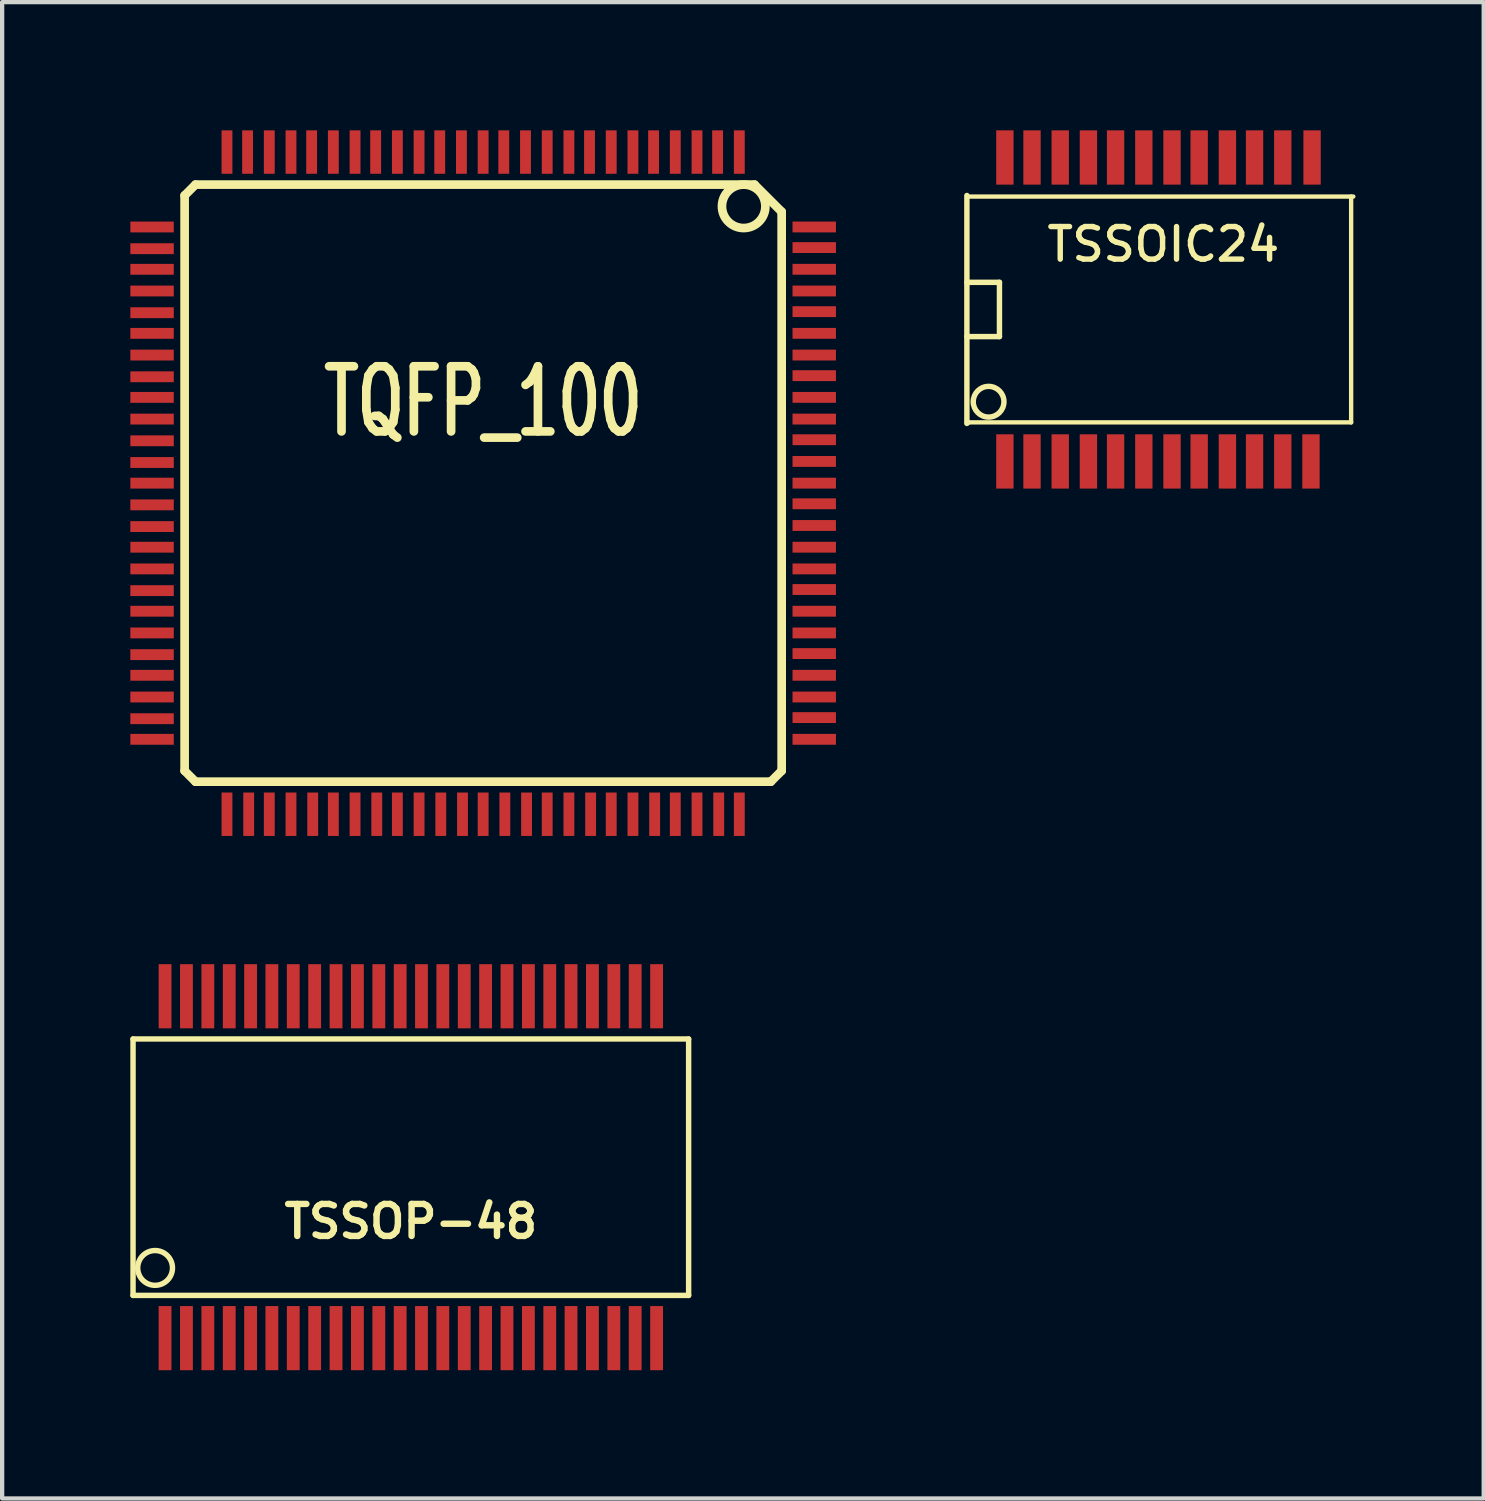
<source format=kicad_pcb>
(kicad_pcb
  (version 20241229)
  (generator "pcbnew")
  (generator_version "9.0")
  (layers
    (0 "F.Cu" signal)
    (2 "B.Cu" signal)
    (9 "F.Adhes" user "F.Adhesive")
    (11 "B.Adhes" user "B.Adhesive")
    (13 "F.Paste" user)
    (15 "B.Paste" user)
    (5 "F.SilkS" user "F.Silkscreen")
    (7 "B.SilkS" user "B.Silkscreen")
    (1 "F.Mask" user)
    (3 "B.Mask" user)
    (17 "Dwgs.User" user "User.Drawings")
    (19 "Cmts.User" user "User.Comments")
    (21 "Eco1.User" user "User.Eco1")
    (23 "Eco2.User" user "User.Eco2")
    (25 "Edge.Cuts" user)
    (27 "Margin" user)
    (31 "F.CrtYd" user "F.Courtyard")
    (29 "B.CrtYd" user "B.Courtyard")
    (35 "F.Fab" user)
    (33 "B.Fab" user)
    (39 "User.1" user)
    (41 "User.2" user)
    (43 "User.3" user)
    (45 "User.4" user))
  (footprint "TQFP_100"
    (layer "F.Cu")
    (at 8.255 8.255)
    (property "Reference" "TQFP_100" (at 0 -1.905 0) (layer "F.SilkS") (effects (font (size 1.524 1.016) (thickness 0.203))))
    (attr smd)
    (fp_line (start -6.985 -6.731) (end -6.985 6.731) (stroke (width 0.203) (type solid)) (layer "F.SilkS"))
    (fp_line (start -6.985 -6.731) (end -6.731 -6.985) (stroke (width 0.203) (type solid)) (layer "F.SilkS"))
    (fp_line (start -6.985 6.731) (end -6.731 6.985) (stroke (width 0.203) (type solid)) (layer "F.SilkS"))
    (fp_line (start -6.731 6.985) (end 6.731 6.985) (stroke (width 0.203) (type solid)) (layer "F.SilkS"))
    (fp_line (start 6.35 -6.985) (end -6.731 -6.985) (stroke (width 0.203) (type solid)) (layer "F.SilkS"))
    (fp_line (start 6.731 6.985) (end 6.985 6.731) (stroke (width 0.203) (type solid)) (layer "F.SilkS"))
    (fp_line (start 6.985 -6.35) (end 6.35 -6.985) (stroke (width 0.203) (type solid)) (layer "F.SilkS"))
    (fp_line (start 6.985 6.731) (end 6.985 -6.35) (stroke (width 0.203) (type solid)) (layer "F.SilkS"))
    (fp_circle (center 6.096 -6.477) (end 6.096 -6.985) (stroke (width 0.203) (type solid)) (fill no) (layer "F.SilkS"))
    (pad "1" smd rect (at 5.994 -7.747) (size 0.254 1.016) (layers "F.Cu" "F.Mask" "F.Paste"))
    (pad "2" smd rect (at 5.486 -7.747) (size 0.254 1.016) (layers "F.Cu" "F.Mask" "F.Paste"))
    (pad "3" smd rect (at 5.004 -7.747) (size 0.254 1.016) (layers "F.Cu" "F.Mask" "F.Paste"))
    (pad "4" smd rect (at 4.496 -7.747) (size 0.254 1.016) (layers "F.Cu" "F.Mask" "F.Paste"))
    (pad "5" smd rect (at 3.988 -7.747) (size 0.254 1.016) (layers "F.Cu" "F.Mask" "F.Paste"))
    (pad "6" smd rect (at 3.505 -7.747) (size 0.254 1.016) (layers "F.Cu" "F.Mask" "F.Paste"))
    (pad "7" smd rect (at 2.997 -7.747) (size 0.254 1.016) (layers "F.Cu" "F.Mask" "F.Paste"))
    (pad "8" smd rect (at 2.489 -7.747) (size 0.254 1.016) (layers "F.Cu" "F.Mask" "F.Paste"))
    (pad "9" smd rect (at 2.007 -7.747) (size 0.254 1.016) (layers "F.Cu" "F.Mask" "F.Paste"))
    (pad "10" smd rect (at 1.499 -7.747) (size 0.254 1.016) (layers "F.Cu" "F.Mask" "F.Paste"))
    (pad "11" smd rect (at 0.991 -7.747) (size 0.254 1.016) (layers "F.Cu" "F.Mask" "F.Paste"))
    (pad "12" smd rect (at 0.483 -7.747) (size 0.254 1.016) (layers "F.Cu" "F.Mask" "F.Paste"))
    (pad "13" smd rect (at 0 -7.747) (size 0.254 1.016) (layers "F.Cu" "F.Mask" "F.Paste"))
    (pad "14" smd rect (at -0.508 -7.747) (size 0.254 1.016) (layers "F.Cu" "F.Mask" "F.Paste"))
    (pad "15" smd rect (at -1.016 -7.747) (size 0.254 1.016) (layers "F.Cu" "F.Mask" "F.Paste"))
    (pad "16" smd rect (at -1.499 -7.747) (size 0.254 1.016) (layers "F.Cu" "F.Mask" "F.Paste"))
    (pad "17" smd rect (at -2.007 -7.747) (size 0.254 1.016) (layers "F.Cu" "F.Mask" "F.Paste"))
    (pad "18" smd rect (at -2.515 -7.747) (size 0.254 1.016) (layers "F.Cu" "F.Mask" "F.Paste"))
    (pad "19" smd rect (at -2.997 -7.747) (size 0.254 1.016) (layers "F.Cu" "F.Mask" "F.Paste"))
    (pad "20" smd rect (at -3.505 -7.747) (size 0.254 1.016) (layers "F.Cu" "F.Mask" "F.Paste"))
    (pad "21" smd rect (at -4.013 -7.747) (size 0.254 1.016) (layers "F.Cu" "F.Mask" "F.Paste"))
    (pad "22" smd rect (at -4.496 -7.747) (size 0.254 1.016) (layers "F.Cu" "F.Mask" "F.Paste"))
    (pad "23" smd rect (at -5.004 -7.747) (size 0.254 1.016) (layers "F.Cu" "F.Mask" "F.Paste"))
    (pad "24" smd rect (at -5.512 -7.747) (size 0.254 1.016) (layers "F.Cu" "F.Mask" "F.Paste"))
    (pad "25" smd rect (at -5.994 -7.747) (size 0.254 1.016) (layers "F.Cu" "F.Mask" "F.Paste"))
    (pad "26" smd rect (at -7.747 -5.994) (size 1.016 0.254) (layers "F.Cu" "F.Mask" "F.Paste"))
    (pad "27" smd rect (at -7.747 -5.486) (size 1.016 0.254) (layers "F.Cu" "F.Mask" "F.Paste"))
    (pad "28" smd rect (at -7.747 -5.004) (size 1.016 0.254) (layers "F.Cu" "F.Mask" "F.Paste"))
    (pad "29" smd rect (at -7.747 -4.496) (size 1.016 0.254) (layers "F.Cu" "F.Mask" "F.Paste"))
    (pad "30" smd rect (at -7.747 -3.988) (size 1.016 0.254) (layers "F.Cu" "F.Mask" "F.Paste"))
    (pad "31" smd rect (at -7.747 -3.505) (size 1.016 0.254) (layers "F.Cu" "F.Mask" "F.Paste"))
    (pad "32" smd rect (at -7.747 -2.997) (size 1.016 0.254) (layers "F.Cu" "F.Mask" "F.Paste"))
    (pad "33" smd rect (at -7.747 -2.489) (size 1.016 0.254) (layers "F.Cu" "F.Mask" "F.Paste"))
    (pad "34" smd rect (at -7.747 -2.007) (size 1.016 0.254) (layers "F.Cu" "F.Mask" "F.Paste"))
    (pad "35" smd rect (at -7.747 -1.499) (size 1.016 0.254) (layers "F.Cu" "F.Mask" "F.Paste"))
    (pad "36" smd rect (at -7.747 -0.991) (size 1.016 0.254) (layers "F.Cu" "F.Mask" "F.Paste"))
    (pad "37" smd rect (at -7.747 -0.483) (size 1.016 0.254) (layers "F.Cu" "F.Mask" "F.Paste"))
    (pad "38" smd rect (at -7.747 0) (size 1.016 0.254) (layers "F.Cu" "F.Mask" "F.Paste"))
    (pad "39" smd rect (at -7.747 0.508) (size 1.016 0.254) (layers "F.Cu" "F.Mask" "F.Paste"))
    (pad "40" smd rect (at -7.747 1.016) (size 1.016 0.254) (layers "F.Cu" "F.Mask" "F.Paste"))
    (pad "41" smd rect (at -7.747 1.499) (size 1.016 0.254) (layers "F.Cu" "F.Mask" "F.Paste"))
    (pad "42" smd rect (at -7.747 2.007) (size 1.016 0.254) (layers "F.Cu" "F.Mask" "F.Paste"))
    (pad "43" smd rect (at -7.747 2.515) (size 1.016 0.254) (layers "F.Cu" "F.Mask" "F.Paste"))
    (pad "44" smd rect (at -7.747 2.997) (size 1.016 0.254) (layers "F.Cu" "F.Mask" "F.Paste"))
    (pad "45" smd rect (at -7.747 3.505) (size 1.016 0.254) (layers "F.Cu" "F.Mask" "F.Paste"))
    (pad "46" smd rect (at -7.747 4.013) (size 1.016 0.254) (layers "F.Cu" "F.Mask" "F.Paste"))
    (pad "47" smd rect (at -7.747 4.496) (size 1.016 0.254) (layers "F.Cu" "F.Mask" "F.Paste"))
    (pad "48" smd rect (at -7.747 5.004) (size 1.016 0.254) (layers "F.Cu" "F.Mask" "F.Paste"))
    (pad "49" smd rect (at -7.747 5.512) (size 1.016 0.254) (layers "F.Cu" "F.Mask" "F.Paste"))
    (pad "50" smd rect (at -7.747 5.994) (size 1.016 0.254) (layers "F.Cu" "F.Mask" "F.Paste"))
    (pad "51" smd rect (at -5.994 7.747) (size 0.254 1.016) (layers "F.Cu" "F.Mask" "F.Paste"))
    (pad "52" smd rect (at -5.486 7.747) (size 0.254 1.016) (layers "F.Cu" "F.Mask" "F.Paste"))
    (pad "53" smd rect (at -5.004 7.747) (size 0.254 1.016) (layers "F.Cu" "F.Mask" "F.Paste"))
    (pad "54" smd rect (at -4.496 7.747) (size 0.254 1.016) (layers "F.Cu" "F.Mask" "F.Paste"))
    (pad "55" smd rect (at -3.988 7.747) (size 0.254 1.016) (layers "F.Cu" "F.Mask" "F.Paste"))
    (pad "56" smd rect (at -3.505 7.747) (size 0.254 1.016) (layers "F.Cu" "F.Mask" "F.Paste"))
    (pad "57" smd rect (at -2.997 7.747) (size 0.254 1.016) (layers "F.Cu" "F.Mask" "F.Paste"))
    (pad "58" smd rect (at -2.489 7.747) (size 0.254 1.016) (layers "F.Cu" "F.Mask" "F.Paste"))
    (pad "59" smd rect (at -2.007 7.747) (size 0.254 1.016) (layers "F.Cu" "F.Mask" "F.Paste"))
    (pad "60" smd rect (at -1.499 7.747) (size 0.254 1.016) (layers "F.Cu" "F.Mask" "F.Paste"))
    (pad "61" smd rect (at -0.991 7.747) (size 0.254 1.016) (layers "F.Cu" "F.Mask" "F.Paste"))
    (pad "62" smd rect (at -0.483 7.747) (size 0.254 1.016) (layers "F.Cu" "F.Mask" "F.Paste"))
    (pad "63" smd rect (at 0 7.747) (size 0.254 1.016) (layers "F.Cu" "F.Mask" "F.Paste"))
    (pad "64" smd rect (at 0.508 7.747) (size 0.254 1.016) (layers "F.Cu" "F.Mask" "F.Paste"))
    (pad "65" smd rect (at 1.016 7.747) (size 0.254 1.016) (layers "F.Cu" "F.Mask" "F.Paste"))
    (pad "66" smd rect (at 1.499 7.747) (size 0.254 1.016) (layers "F.Cu" "F.Mask" "F.Paste"))
    (pad "67" smd rect (at 2.007 7.747) (size 0.254 1.016) (layers "F.Cu" "F.Mask" "F.Paste"))
    (pad "68" smd rect (at 2.515 7.747) (size 0.254 1.016) (layers "F.Cu" "F.Mask" "F.Paste"))
    (pad "69" smd rect (at 2.997 7.747) (size 0.254 1.016) (layers "F.Cu" "F.Mask" "F.Paste"))
    (pad "70" smd rect (at 3.505 7.747) (size 0.254 1.016) (layers "F.Cu" "F.Mask" "F.Paste"))
    (pad "71" smd rect (at 4.013 7.747) (size 0.254 1.016) (layers "F.Cu" "F.Mask" "F.Paste"))
    (pad "72" smd rect (at 4.496 7.747) (size 0.254 1.016) (layers "F.Cu" "F.Mask" "F.Paste"))
    (pad "73" smd rect (at 5.004 7.747) (size 0.254 1.016) (layers "F.Cu" "F.Mask" "F.Paste"))
    (pad "74" smd rect (at 5.512 7.747) (size 0.254 1.016) (layers "F.Cu" "F.Mask" "F.Paste"))
    (pad "75" smd rect (at 5.994 7.747) (size 0.254 1.016) (layers "F.Cu" "F.Mask" "F.Paste"))
    (pad "76" smd rect (at 7.747 5.994) (size 1.016 0.254) (layers "F.Cu" "F.Mask" "F.Paste"))
    (pad "77" smd rect (at 7.747 5.486) (size 1.016 0.254) (layers "F.Cu" "F.Mask" "F.Paste"))
    (pad "78" smd rect (at 7.747 5.004) (size 1.016 0.254) (layers "F.Cu" "F.Mask" "F.Paste"))
    (pad "79" smd rect (at 7.747 4.496) (size 1.016 0.254) (layers "F.Cu" "F.Mask" "F.Paste"))
    (pad "80" smd rect (at 7.747 3.988) (size 1.016 0.254) (layers "F.Cu" "F.Mask" "F.Paste"))
    (pad "81" smd rect (at 7.747 3.505) (size 1.016 0.254) (layers "F.Cu" "F.Mask" "F.Paste"))
    (pad "82" smd rect (at 7.747 2.997) (size 1.016 0.254) (layers "F.Cu" "F.Mask" "F.Paste"))
    (pad "83" smd rect (at 7.747 2.489) (size 1.016 0.254) (layers "F.Cu" "F.Mask" "F.Paste"))
    (pad "84" smd rect (at 7.747 2.007) (size 1.016 0.254) (layers "F.Cu" "F.Mask" "F.Paste"))
    (pad "85" smd rect (at 7.747 1.499) (size 1.016 0.254) (layers "F.Cu" "F.Mask" "F.Paste"))
    (pad "86" smd rect (at 7.747 0.991) (size 1.016 0.254) (layers "F.Cu" "F.Mask" "F.Paste"))
    (pad "87" smd rect (at 7.747 0.483) (size 1.016 0.254) (layers "F.Cu" "F.Mask" "F.Paste"))
    (pad "88" smd rect (at 7.747 0) (size 1.016 0.254) (layers "F.Cu" "F.Mask" "F.Paste"))
    (pad "89" smd rect (at 7.747 -0.508) (size 1.016 0.254) (layers "F.Cu" "F.Mask" "F.Paste"))
    (pad "90" smd rect (at 7.747 -1.016) (size 1.016 0.254) (layers "F.Cu" "F.Mask" "F.Paste"))
    (pad "91" smd rect (at 7.747 -1.499) (size 1.016 0.254) (layers "F.Cu" "F.Mask" "F.Paste"))
    (pad "92" smd rect (at 7.747 -2.007) (size 1.016 0.254) (layers "F.Cu" "F.Mask" "F.Paste"))
    (pad "93" smd rect (at 7.747 -2.515) (size 1.016 0.254) (layers "F.Cu" "F.Mask" "F.Paste"))
    (pad "94" smd rect (at 7.747 -2.997) (size 1.016 0.254) (layers "F.Cu" "F.Mask" "F.Paste"))
    (pad "95" smd rect (at 7.747 -3.505) (size 1.016 0.254) (layers "F.Cu" "F.Mask" "F.Paste"))
    (pad "96" smd rect (at 7.747 -4.013) (size 1.016 0.254) (layers "F.Cu" "F.Mask" "F.Paste"))
    (pad "97" smd rect (at 7.747 -4.496) (size 1.016 0.254) (layers "F.Cu" "F.Mask" "F.Paste"))
    (pad "98" smd rect (at 7.747 -5.004) (size 1.016 0.254) (layers "F.Cu" "F.Mask" "F.Paste"))
    (pad "99" smd rect (at 7.747 -5.512) (size 1.016 0.254) (layers "F.Cu" "F.Mask" "F.Paste"))
    (pad "100" smd rect (at 7.747 -5.994) (size 1.016 0.254) (layers "F.Cu" "F.Mask" "F.Paste")))
  (footprint "TSSOP-48"
    (layer "F.Cu")
    (at 6.563 24.261)
    (property "Reference" "TSSOP-48" (at 0 1.27 0) (layer "F.SilkS") (effects (font (size 0.749 0.749) (thickness 0.15))))
    (attr smd)
    (fp_line (start -6.5 -3) (end 6.5 -3) (stroke (width 0.127) (type solid)) (layer "F.SilkS"))
    (fp_line (start -6.5 3) (end -6.5 -3) (stroke (width 0.127) (type solid)) (layer "F.SilkS"))
    (fp_line (start 6.5 -3) (end 6.5 3) (stroke (width 0.127) (type solid)) (layer "F.SilkS"))
    (fp_line (start 6.5 3) (end -6.5 3) (stroke (width 0.127) (type solid)) (layer "F.SilkS"))
    (fp_circle (center -5.984 2.357) (end -6.238 2.675) (stroke (width 0.127) (type solid)) (fill no) (layer "F.SilkS"))
    (pad "1" smd rect (at -5.751 4) (size 0.3 1.501) (layers "F.Cu" "F.Mask" "F.Paste"))
    (pad "2" smd rect (at -5.25 4) (size 0.3 1.501) (layers "F.Cu" "F.Mask" "F.Paste"))
    (pad "3" smd rect (at -4.75 4) (size 0.3 1.501) (layers "F.Cu" "F.Mask" "F.Paste"))
    (pad "4" smd rect (at -4.249 4) (size 0.3 1.501) (layers "F.Cu" "F.Mask" "F.Paste"))
    (pad "5" smd rect (at -3.749 4) (size 0.3 1.501) (layers "F.Cu" "F.Mask" "F.Paste"))
    (pad "6" smd rect (at -3.251 4) (size 0.3 1.501) (layers "F.Cu" "F.Mask" "F.Paste"))
    (pad "7" smd rect (at -2.751 4) (size 0.3 1.501) (layers "F.Cu" "F.Mask" "F.Paste"))
    (pad "8" smd rect (at -2.25 4) (size 0.3 1.501) (layers "F.Cu" "F.Mask" "F.Paste"))
    (pad "9" smd rect (at -1.75 4) (size 0.3 1.501) (layers "F.Cu" "F.Mask" "F.Paste"))
    (pad "10" smd rect (at -1.25 4) (size 0.3 1.501) (layers "F.Cu" "F.Mask" "F.Paste"))
    (pad "11" smd rect (at -0.749 4) (size 0.3 1.501) (layers "F.Cu" "F.Mask" "F.Paste"))
    (pad "12" smd rect (at -0.249 4) (size 0.3 1.501) (layers "F.Cu" "F.Mask" "F.Paste"))
    (pad "13" smd rect (at 0.249 4) (size 0.3 1.501) (layers "F.Cu" "F.Mask" "F.Paste"))
    (pad "14" smd rect (at 0.749 4) (size 0.3 1.501) (layers "F.Cu" "F.Mask" "F.Paste"))
    (pad "15" smd rect (at 1.25 4) (size 0.3 1.501) (layers "F.Cu" "F.Mask" "F.Paste"))
    (pad "16" smd rect (at 1.75 4) (size 0.3 1.501) (layers "F.Cu" "F.Mask" "F.Paste"))
    (pad "17" smd rect (at 2.25 4) (size 0.3 1.501) (layers "F.Cu" "F.Mask" "F.Paste"))
    (pad "18" smd rect (at 2.751 4) (size 0.3 1.501) (layers "F.Cu" "F.Mask" "F.Paste"))
    (pad "19" smd rect (at 3.251 4) (size 0.3 1.501) (layers "F.Cu" "F.Mask" "F.Paste"))
    (pad "20" smd rect (at 3.749 4) (size 0.3 1.501) (layers "F.Cu" "F.Mask" "F.Paste"))
    (pad "21" smd rect (at 4.249 4) (size 0.3 1.501) (layers "F.Cu" "F.Mask" "F.Paste"))
    (pad "22" smd rect (at 4.75 4) (size 0.3 1.501) (layers "F.Cu" "F.Mask" "F.Paste"))
    (pad "23" smd rect (at 5.25 4) (size 0.3 1.501) (layers "F.Cu" "F.Mask" "F.Paste"))
    (pad "24" smd rect (at 5.751 4) (size 0.3 1.501) (layers "F.Cu" "F.Mask" "F.Paste"))
    (pad "25" smd rect (at 5.751 -4) (size 0.3 1.501) (layers "F.Cu" "F.Mask" "F.Paste"))
    (pad "26" smd rect (at 5.25 -4) (size 0.3 1.501) (layers "F.Cu" "F.Mask" "F.Paste"))
    (pad "27" smd rect (at 4.75 -4) (size 0.3 1.501) (layers "F.Cu" "F.Mask" "F.Paste"))
    (pad "28" smd rect (at 4.249 -4) (size 0.3 1.501) (layers "F.Cu" "F.Mask" "F.Paste"))
    (pad "29" smd rect (at 3.749 -4) (size 0.3 1.501) (layers "F.Cu" "F.Mask" "F.Paste"))
    (pad "30" smd rect (at 3.251 -4) (size 0.3 1.501) (layers "F.Cu" "F.Mask" "F.Paste"))
    (pad "31" smd rect (at 2.751 -4) (size 0.3 1.501) (layers "F.Cu" "F.Mask" "F.Paste"))
    (pad "32" smd rect (at 2.25 -4) (size 0.3 1.501) (layers "F.Cu" "F.Mask" "F.Paste"))
    (pad "33" smd rect (at 1.75 -4) (size 0.3 1.501) (layers "F.Cu" "F.Mask" "F.Paste"))
    (pad "34" smd rect (at 1.25 -4) (size 0.3 1.501) (layers "F.Cu" "F.Mask" "F.Paste"))
    (pad "35" smd rect (at 0.749 -4) (size 0.3 1.501) (layers "F.Cu" "F.Mask" "F.Paste"))
    (pad "36" smd rect (at 0.249 -4) (size 0.3 1.501) (layers "F.Cu" "F.Mask" "F.Paste"))
    (pad "37" smd rect (at -0.249 -4) (size 0.3 1.501) (layers "F.Cu" "F.Mask" "F.Paste"))
    (pad "38" smd rect (at -0.749 -4) (size 0.3 1.501) (layers "F.Cu" "F.Mask" "F.Paste"))
    (pad "39" smd rect (at -1.25 -4) (size 0.3 1.501) (layers "F.Cu" "F.Mask" "F.Paste"))
    (pad "40" smd rect (at -1.75 -4) (size 0.3 1.501) (layers "F.Cu" "F.Mask" "F.Paste"))
    (pad "41" smd rect (at -2.25 -4) (size 0.3 1.501) (layers "F.Cu" "F.Mask" "F.Paste"))
    (pad "42" smd rect (at -2.751 -4) (size 0.3 1.501) (layers "F.Cu" "F.Mask" "F.Paste"))
    (pad "43" smd rect (at -3.251 -4) (size 0.3 1.501) (layers "F.Cu" "F.Mask" "F.Paste"))
    (pad "44" smd rect (at -3.749 -4) (size 0.3 1.501) (layers "F.Cu" "F.Mask" "F.Paste"))
    (pad "45" smd rect (at -4.249 -4) (size 0.3 1.501) (layers "F.Cu" "F.Mask" "F.Paste"))
    (pad "46" smd rect (at -4.75 -4) (size 0.3 1.501) (layers "F.Cu" "F.Mask" "F.Paste"))
    (pad "47" smd rect (at -5.25 -4) (size 0.3 1.501) (layers "F.Cu" "F.Mask" "F.Paste"))
    (pad "48" smd rect (at -5.751 -4) (size 0.3 1.501) (layers "F.Cu" "F.Mask" "F.Paste")))
  (footprint "TSSOIC24"
    (layer "F.Cu")
    (at 24.044 4.191)
    (property "Reference" "TSSOIC24" (at 0.127 -1.524 0) (layer "F.SilkS") (effects (font (size 0.762 0.762) (thickness 0.127))))
    (attr smd)
    (fp_line (start -4.47 -2.667) (end -4.47 2.667) (stroke (width 0.127) (type solid)) (layer "F.SilkS"))
    (fp_line (start -4.47 -2.642) (end 4.572 -2.642) (stroke (width 0.102) (type solid)) (layer "F.SilkS"))
    (fp_line (start -4.47 -0.635) (end -3.708 -0.635) (stroke (width 0.127) (type solid)) (layer "F.SilkS"))
    (fp_line (start -4.47 2.642) (end -4.42 2.642) (stroke (width 0.102) (type solid)) (layer "F.SilkS"))
    (fp_line (start -3.708 -0.635) (end -3.708 0.635) (stroke (width 0.127) (type solid)) (layer "F.SilkS"))
    (fp_line (start -3.708 0.635) (end -4.47 0.635) (stroke (width 0.127) (type solid)) (layer "F.SilkS"))
    (fp_line (start 4.521 -2.642) (end 4.521 2.642) (stroke (width 0.102) (type solid)) (layer "F.SilkS"))
    (fp_line (start 4.521 2.642) (end -4.47 2.642) (stroke (width 0.102) (type solid)) (layer "F.SilkS"))
    (fp_circle (center -3.962 2.159) (end -4.216 1.905) (stroke (width 0.127) (type solid)) (fill no) (layer "F.SilkS"))
    (pad "1" smd rect (at -3.581 3.556) (size 0.406 1.27) (layers "F.Cu" "F.Mask" "F.Paste"))
    (pad "2" smd rect (at -2.946 3.556) (size 0.406 1.27) (layers "F.Cu" "F.Mask" "F.Paste"))
    (pad "3" smd rect (at -2.286 3.556) (size 0.406 1.27) (layers "F.Cu" "F.Mask" "F.Paste"))
    (pad "4" smd rect (at -1.626 3.556) (size 0.406 1.27) (layers "F.Cu" "F.Mask" "F.Paste"))
    (pad "5" smd rect (at -0.991 3.556) (size 0.406 1.27) (layers "F.Cu" "F.Mask" "F.Paste"))
    (pad "6" smd rect (at -0.33 3.556) (size 0.406 1.27) (layers "F.Cu" "F.Mask" "F.Paste"))
    (pad "7" smd rect (at 0.33 3.556) (size 0.406 1.27) (layers "F.Cu" "F.Mask" "F.Paste"))
    (pad "8" smd rect (at 0.965 3.556) (size 0.406 1.27) (layers "F.Cu" "F.Mask" "F.Paste"))
    (pad "9" smd rect (at 1.626 3.556) (size 0.406 1.27) (layers "F.Cu" "F.Mask" "F.Paste"))
    (pad "10" smd rect (at 2.261 3.556) (size 0.406 1.27) (layers "F.Cu" "F.Mask" "F.Paste"))
    (pad "11" smd rect (at 2.921 3.556) (size 0.406 1.27) (layers "F.Cu" "F.Mask" "F.Paste"))
    (pad "12" smd rect (at 3.581 3.556) (size 0.406 1.27) (layers "F.Cu" "F.Mask" "F.Paste"))
    (pad "13" smd rect (at 3.607 -3.556) (size 0.406 1.27) (layers "F.Cu" "F.Mask" "F.Paste"))
    (pad "14" smd rect (at 2.921 -3.556) (size 0.406 1.27) (layers "F.Cu" "F.Mask" "F.Paste"))
    (pad "15" smd rect (at 2.261 -3.556) (size 0.406 1.27) (layers "F.Cu" "F.Mask" "F.Paste"))
    (pad "16" smd rect (at 1.626 -3.556) (size 0.406 1.27) (layers "F.Cu" "F.Mask" "F.Paste"))
    (pad "17" smd rect (at 0.965 -3.556) (size 0.406 1.27) (layers "F.Cu" "F.Mask" "F.Paste"))
    (pad "18" smd rect (at 0.33 -3.556) (size 0.406 1.27) (layers "F.Cu" "F.Mask" "F.Paste"))
    (pad "19" smd rect (at -0.33 -3.556) (size 0.406 1.27) (layers "F.Cu" "F.Mask" "F.Paste"))
    (pad "20" smd rect (at -0.991 -3.556) (size 0.406 1.27) (layers "F.Cu" "F.Mask" "F.Paste"))
    (pad "21" smd rect (at -1.626 -3.556) (size 0.406 1.27) (layers "F.Cu" "F.Mask" "F.Paste"))
    (pad "22" smd rect (at -2.286 -3.556) (size 0.406 1.27) (layers "F.Cu" "F.Mask" "F.Paste"))
    (pad "23" smd rect (at -2.946 -3.556) (size 0.406 1.27) (layers "F.Cu" "F.Mask" "F.Paste"))
    (pad "24" smd rect (at -3.581 -3.556) (size 0.406 1.27) (layers "F.Cu" "F.Mask" "F.Paste")))
  (gr_rect
    (start -3 -3)
    (end 31.667 32.012)
    (stroke (width 0.1) (type default))
    (fill no)
    (layer "Edge.Cuts")))
</source>
